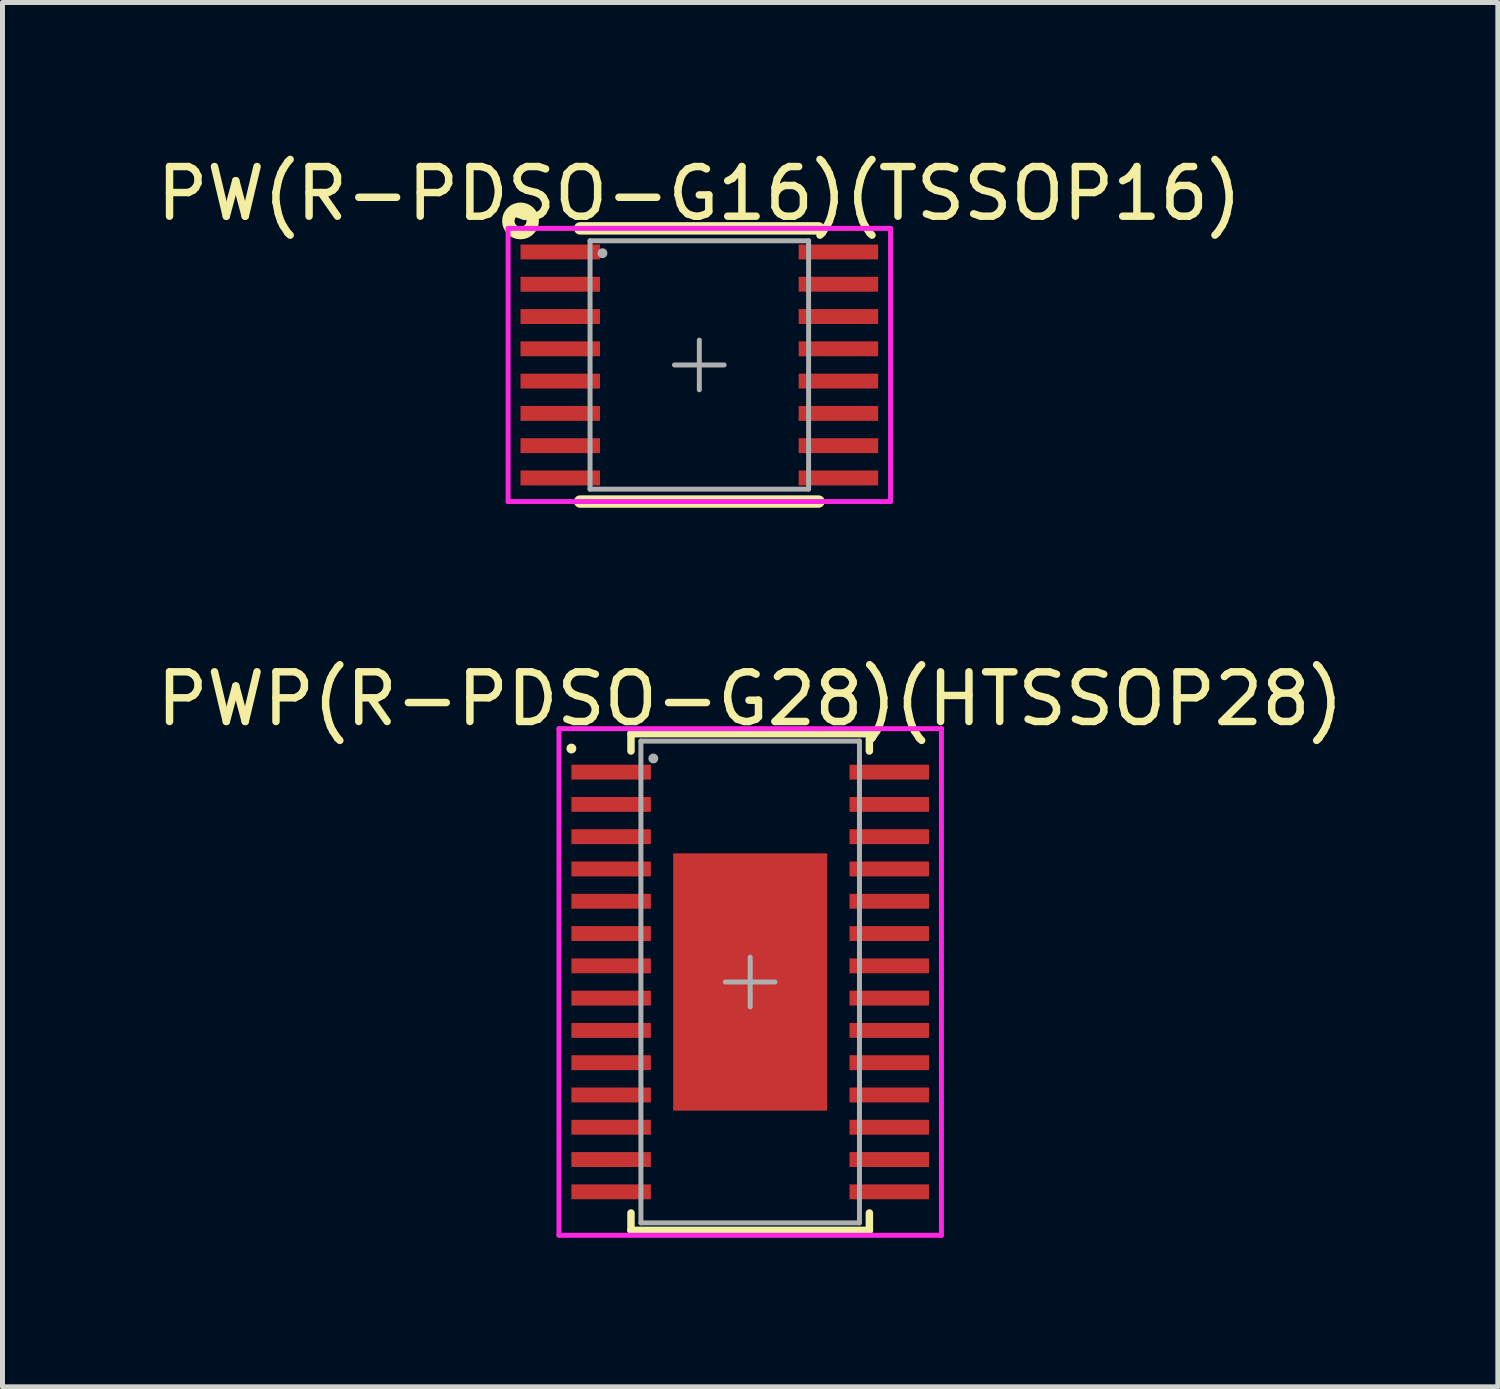
<source format=kicad_pcb>
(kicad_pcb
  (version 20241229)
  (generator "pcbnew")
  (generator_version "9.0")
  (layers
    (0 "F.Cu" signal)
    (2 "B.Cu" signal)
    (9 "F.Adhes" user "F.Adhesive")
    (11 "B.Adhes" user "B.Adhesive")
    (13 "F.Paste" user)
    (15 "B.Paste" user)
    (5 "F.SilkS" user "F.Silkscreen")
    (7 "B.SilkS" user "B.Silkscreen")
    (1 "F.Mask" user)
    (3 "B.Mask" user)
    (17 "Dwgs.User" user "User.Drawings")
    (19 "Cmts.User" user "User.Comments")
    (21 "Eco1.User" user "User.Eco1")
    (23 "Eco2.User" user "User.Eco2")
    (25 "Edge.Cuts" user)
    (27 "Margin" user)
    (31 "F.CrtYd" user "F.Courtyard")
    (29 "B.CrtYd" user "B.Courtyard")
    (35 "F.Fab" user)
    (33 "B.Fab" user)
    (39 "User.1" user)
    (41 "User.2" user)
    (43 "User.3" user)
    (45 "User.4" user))
  (footprint "PWP(R-PDSO-G28)(HTSSOP28)"
    (layer "F.Cu")
    (at 12.054 16.721)
    (property "Reference" "PWP(R-PDSO-G28)(HTSSOP28)" (at 0 -5.7 0) (layer "F.SilkS") (effects (font (size 1 1) (thickness 0.15))))
    (attr through_hole)
    (fp_line (start -2.4 -5) (end 2.4 -5) (stroke (width 0.15) (type solid)) (layer "F.SilkS"))
    (fp_line (start -2.4 -4.65) (end -2.4 -5) (stroke (width 0.15) (type solid)) (layer "F.SilkS"))
    (fp_line (start -2.4 5) (end -2.4 4.65) (stroke (width 0.15) (type solid)) (layer "F.SilkS"))
    (fp_line (start 2.4 -5) (end 2.4 -4.65) (stroke (width 0.15) (type solid)) (layer "F.SilkS"))
    (fp_line (start 2.4 4.65) (end 2.4 5) (stroke (width 0.15) (type solid)) (layer "F.SilkS"))
    (fp_line (start 2.4 5) (end -2.4 5) (stroke (width 0.15) (type solid)) (layer "F.SilkS"))
    (fp_circle (center -3.6 -4.7) (end -3.6 -4.75) (stroke (width 0.1) (type solid)) (fill no) (layer "F.SilkS"))
    (fp_line (start -3.85 -5.1) (end 3.85 -5.1) (stroke (width 0.1) (type solid)) (layer "F.CrtYd"))
    (fp_line (start -3.85 5.1) (end -3.85 -5.1) (stroke (width 0.1) (type solid)) (layer "F.CrtYd"))
    (fp_line (start 3.85 -5.1) (end 3.85 5.1) (stroke (width 0.1) (type solid)) (layer "F.CrtYd"))
    (fp_line (start 3.85 5.1) (end -3.85 5.1) (stroke (width 0.1) (type solid)) (layer "F.CrtYd"))
    (fp_line (start -2.2 -4.85) (end 2.2 -4.85) (stroke (width 0.1) (type solid)) (layer "F.Fab"))
    (fp_line (start -2.2 4.85) (end -2.2 -4.85) (stroke (width 0.1) (type solid)) (layer "F.Fab"))
    (fp_line (start 0 -0.5) (end 0 0.5) (stroke (width 0.1) (type solid)) (layer "F.Fab"))
    (fp_line (start 0.5 0) (end -0.5 0) (stroke (width 0.1) (type solid)) (layer "F.Fab"))
    (fp_line (start 2.2 -4.85) (end 2.2 4.85) (stroke (width 0.1) (type solid)) (layer "F.Fab"))
    (fp_line (start 2.2 4.85) (end -2.2 4.85) (stroke (width 0.1) (type solid)) (layer "F.Fab"))
    (fp_circle (center -1.95 -4.5) (end -1.95 -4.45) (stroke (width 0.1) (type solid)) (fill no) (layer "F.Fab"))
    (pad "1" smd rect (at -2.8 -4.225) (size 1.6 0.3) (layers "F.Cu" "F.Mask" "F.Paste"))
    (pad "2" smd rect (at -2.8 -3.575) (size 1.6 0.3) (layers "F.Cu" "F.Mask" "F.Paste"))
    (pad "3" smd rect (at -2.8 -2.925) (size 1.6 0.3) (layers "F.Cu" "F.Mask" "F.Paste"))
    (pad "4" smd rect (at -2.8 -2.275) (size 1.6 0.3) (layers "F.Cu" "F.Mask" "F.Paste"))
    (pad "5" smd rect (at -2.8 -1.625) (size 1.6 0.3) (layers "F.Cu" "F.Mask" "F.Paste"))
    (pad "6" smd rect (at -2.8 -0.975) (size 1.6 0.3) (layers "F.Cu" "F.Mask" "F.Paste"))
    (pad "7" smd rect (at -2.8 -0.325) (size 1.6 0.3) (layers "F.Cu" "F.Mask" "F.Paste"))
    (pad "8" smd rect (at -2.8 0.325) (size 1.6 0.3) (layers "F.Cu" "F.Mask" "F.Paste"))
    (pad "9" smd rect (at -2.8 0.975) (size 1.6 0.3) (layers "F.Cu" "F.Mask" "F.Paste"))
    (pad "10" smd rect (at -2.8 1.625) (size 1.6 0.3) (layers "F.Cu" "F.Mask" "F.Paste"))
    (pad "11" smd rect (at -2.8 2.275) (size 1.6 0.3) (layers "F.Cu" "F.Mask" "F.Paste"))
    (pad "12" smd rect (at -2.8 2.925) (size 1.6 0.3) (layers "F.Cu" "F.Mask" "F.Paste"))
    (pad "13" smd rect (at -2.8 3.575) (size 1.6 0.3) (layers "F.Cu" "F.Mask" "F.Paste"))
    (pad "14" smd rect (at -2.8 4.225) (size 1.6 0.3) (layers "F.Cu" "F.Mask" "F.Paste"))
    (pad "15" smd rect (at 2.8 4.225) (size 1.6 0.3) (layers "F.Cu" "F.Mask" "F.Paste"))
    (pad "16" smd rect (at 2.8 3.575) (size 1.6 0.3) (layers "F.Cu" "F.Mask" "F.Paste"))
    (pad "17" smd rect (at 2.8 2.925) (size 1.6 0.3) (layers "F.Cu" "F.Mask" "F.Paste"))
    (pad "18" smd rect (at 2.8 2.275) (size 1.6 0.3) (layers "F.Cu" "F.Mask" "F.Paste"))
    (pad "19" smd rect (at 2.8 1.625) (size 1.6 0.3) (layers "F.Cu" "F.Mask" "F.Paste"))
    (pad "20" smd rect (at 2.8 0.975) (size 1.6 0.3) (layers "F.Cu" "F.Mask" "F.Paste"))
    (pad "21" smd rect (at 2.8 0.325) (size 1.6 0.3) (layers "F.Cu" "F.Mask" "F.Paste"))
    (pad "22" smd rect (at 2.8 -0.325) (size 1.6 0.3) (layers "F.Cu" "F.Mask" "F.Paste"))
    (pad "23" smd rect (at 2.8 -0.975) (size 1.6 0.3) (layers "F.Cu" "F.Mask" "F.Paste"))
    (pad "24" smd rect (at 2.8 -1.625) (size 1.6 0.3) (layers "F.Cu" "F.Mask" "F.Paste"))
    (pad "25" smd rect (at 2.8 -2.275) (size 1.6 0.3) (layers "F.Cu" "F.Mask" "F.Paste"))
    (pad "26" smd rect (at 2.8 -2.925) (size 1.6 0.3) (layers "F.Cu" "F.Mask" "F.Paste"))
    (pad "27" smd rect (at 2.8 -3.575) (size 1.6 0.3) (layers "F.Cu" "F.Mask" "F.Paste"))
    (pad "28" smd rect (at 2.8 -4.225) (size 1.6 0.3) (layers "F.Cu" "F.Mask" "F.Paste"))
    (pad "29" smd rect (at 0 0) (size 3.1 5.18) (layers "F.Cu" "F.Mask" "F.Paste")))
  (footprint "PW(R-PDSO-G16)(TSSOP16)"
    (layer "F.Cu")
    (at 11.03 4.298)
    (property "Reference" "PW(R-PDSO-G16)(TSSOP16)" (at 0 -3.45 0) (layer "F.SilkS") (effects (font (size 1 1) (thickness 0.15))))
    (attr through_hole)
    (fp_line (start -2.4 -2.75) (end 2.4 -2.75) (stroke (width 0.25) (type solid)) (layer "F.SilkS"))
    (fp_line (start -2.4 2.75) (end 2.4 2.75) (stroke (width 0.25) (type solid)) (layer "F.SilkS"))
    (fp_circle (center -3.6 -2.9) (end -3.61 -3.02) (stroke (width 0.25) (type solid)) (fill no) (layer "F.SilkS"))
    (fp_line (start -3.85 -2.75) (end 3.85 -2.75) (stroke (width 0.1) (type solid)) (layer "F.CrtYd"))
    (fp_line (start -3.85 2.75) (end -3.85 -2.75) (stroke (width 0.1) (type solid)) (layer "F.CrtYd"))
    (fp_line (start 3.85 -2.75) (end 3.85 2.75) (stroke (width 0.1) (type solid)) (layer "F.CrtYd"))
    (fp_line (start 3.85 2.75) (end -3.85 2.75) (stroke (width 0.1) (type solid)) (layer "F.CrtYd"))
    (fp_line (start -2.2 -2.5) (end 2.2 -2.5) (stroke (width 0.1) (type solid)) (layer "F.Fab"))
    (fp_line (start -2.2 2.5) (end -2.2 -2.5) (stroke (width 0.1) (type solid)) (layer "F.Fab"))
    (fp_line (start -0.5 0) (end 0.5 0) (stroke (width 0.1) (type solid)) (layer "F.Fab"))
    (fp_line (start 0 -0.5) (end 0 0.5) (stroke (width 0.1) (type solid)) (layer "F.Fab"))
    (fp_line (start 2.2 -2.5) (end 2.2 2.5) (stroke (width 0.1) (type solid)) (layer "F.Fab"))
    (fp_line (start 2.2 2.5) (end -2.2 2.5) (stroke (width 0.1) (type solid)) (layer "F.Fab"))
    (fp_circle (center -1.95 -2.25) (end -2 -2.25) (stroke (width 0.1) (type solid)) (fill no) (layer "F.Fab"))
    (pad "1" smd rect (at -2.8 -2.275) (size 1.6 0.3) (layers "F.Cu" "F.Mask" "F.Paste"))
    (pad "2" smd rect (at -2.8 -1.625) (size 1.6 0.3) (layers "F.Cu" "F.Mask" "F.Paste"))
    (pad "3" smd rect (at -2.8 -0.975) (size 1.6 0.3) (layers "F.Cu" "F.Mask" "F.Paste"))
    (pad "4" smd rect (at -2.8 -0.325) (size 1.6 0.3) (layers "F.Cu" "F.Mask" "F.Paste"))
    (pad "5" smd rect (at -2.8 0.325) (size 1.6 0.3) (layers "F.Cu" "F.Mask" "F.Paste"))
    (pad "6" smd rect (at -2.8 0.975) (size 1.6 0.3) (layers "F.Cu" "F.Mask" "F.Paste"))
    (pad "7" smd rect (at -2.8 1.625) (size 1.6 0.3) (layers "F.Cu" "F.Mask" "F.Paste"))
    (pad "8" smd rect (at -2.8 2.275) (size 1.6 0.3) (layers "F.Cu" "F.Mask" "F.Paste"))
    (pad "9" smd rect (at 2.8 2.275) (size 1.6 0.3) (layers "F.Cu" "F.Mask" "F.Paste"))
    (pad "10" smd rect (at 2.8 1.625) (size 1.6 0.3) (layers "F.Cu" "F.Mask" "F.Paste"))
    (pad "11" smd rect (at 2.8 0.975) (size 1.6 0.3) (layers "F.Cu" "F.Mask" "F.Paste"))
    (pad "12" smd rect (at 2.8 0.325) (size 1.6 0.3) (layers "F.Cu" "F.Mask" "F.Paste"))
    (pad "13" smd rect (at 2.8 -0.325) (size 1.6 0.3) (layers "F.Cu" "F.Mask" "F.Paste"))
    (pad "14" smd rect (at 2.8 -0.975) (size 1.6 0.3) (layers "F.Cu" "F.Mask" "F.Paste"))
    (pad "15" smd rect (at 2.8 -1.625) (size 1.6 0.3) (layers "F.Cu" "F.Mask" "F.Paste"))
    (pad "16" smd rect (at 2.8 -2.275) (size 1.6 0.3) (layers "F.Cu" "F.Mask" "F.Paste")))
  (gr_rect
    (start -3 -3)
    (end 27.107 24.872)
    (stroke (width 0.1) (type default))
    (fill no)
    (layer "Edge.Cuts")))
</source>
